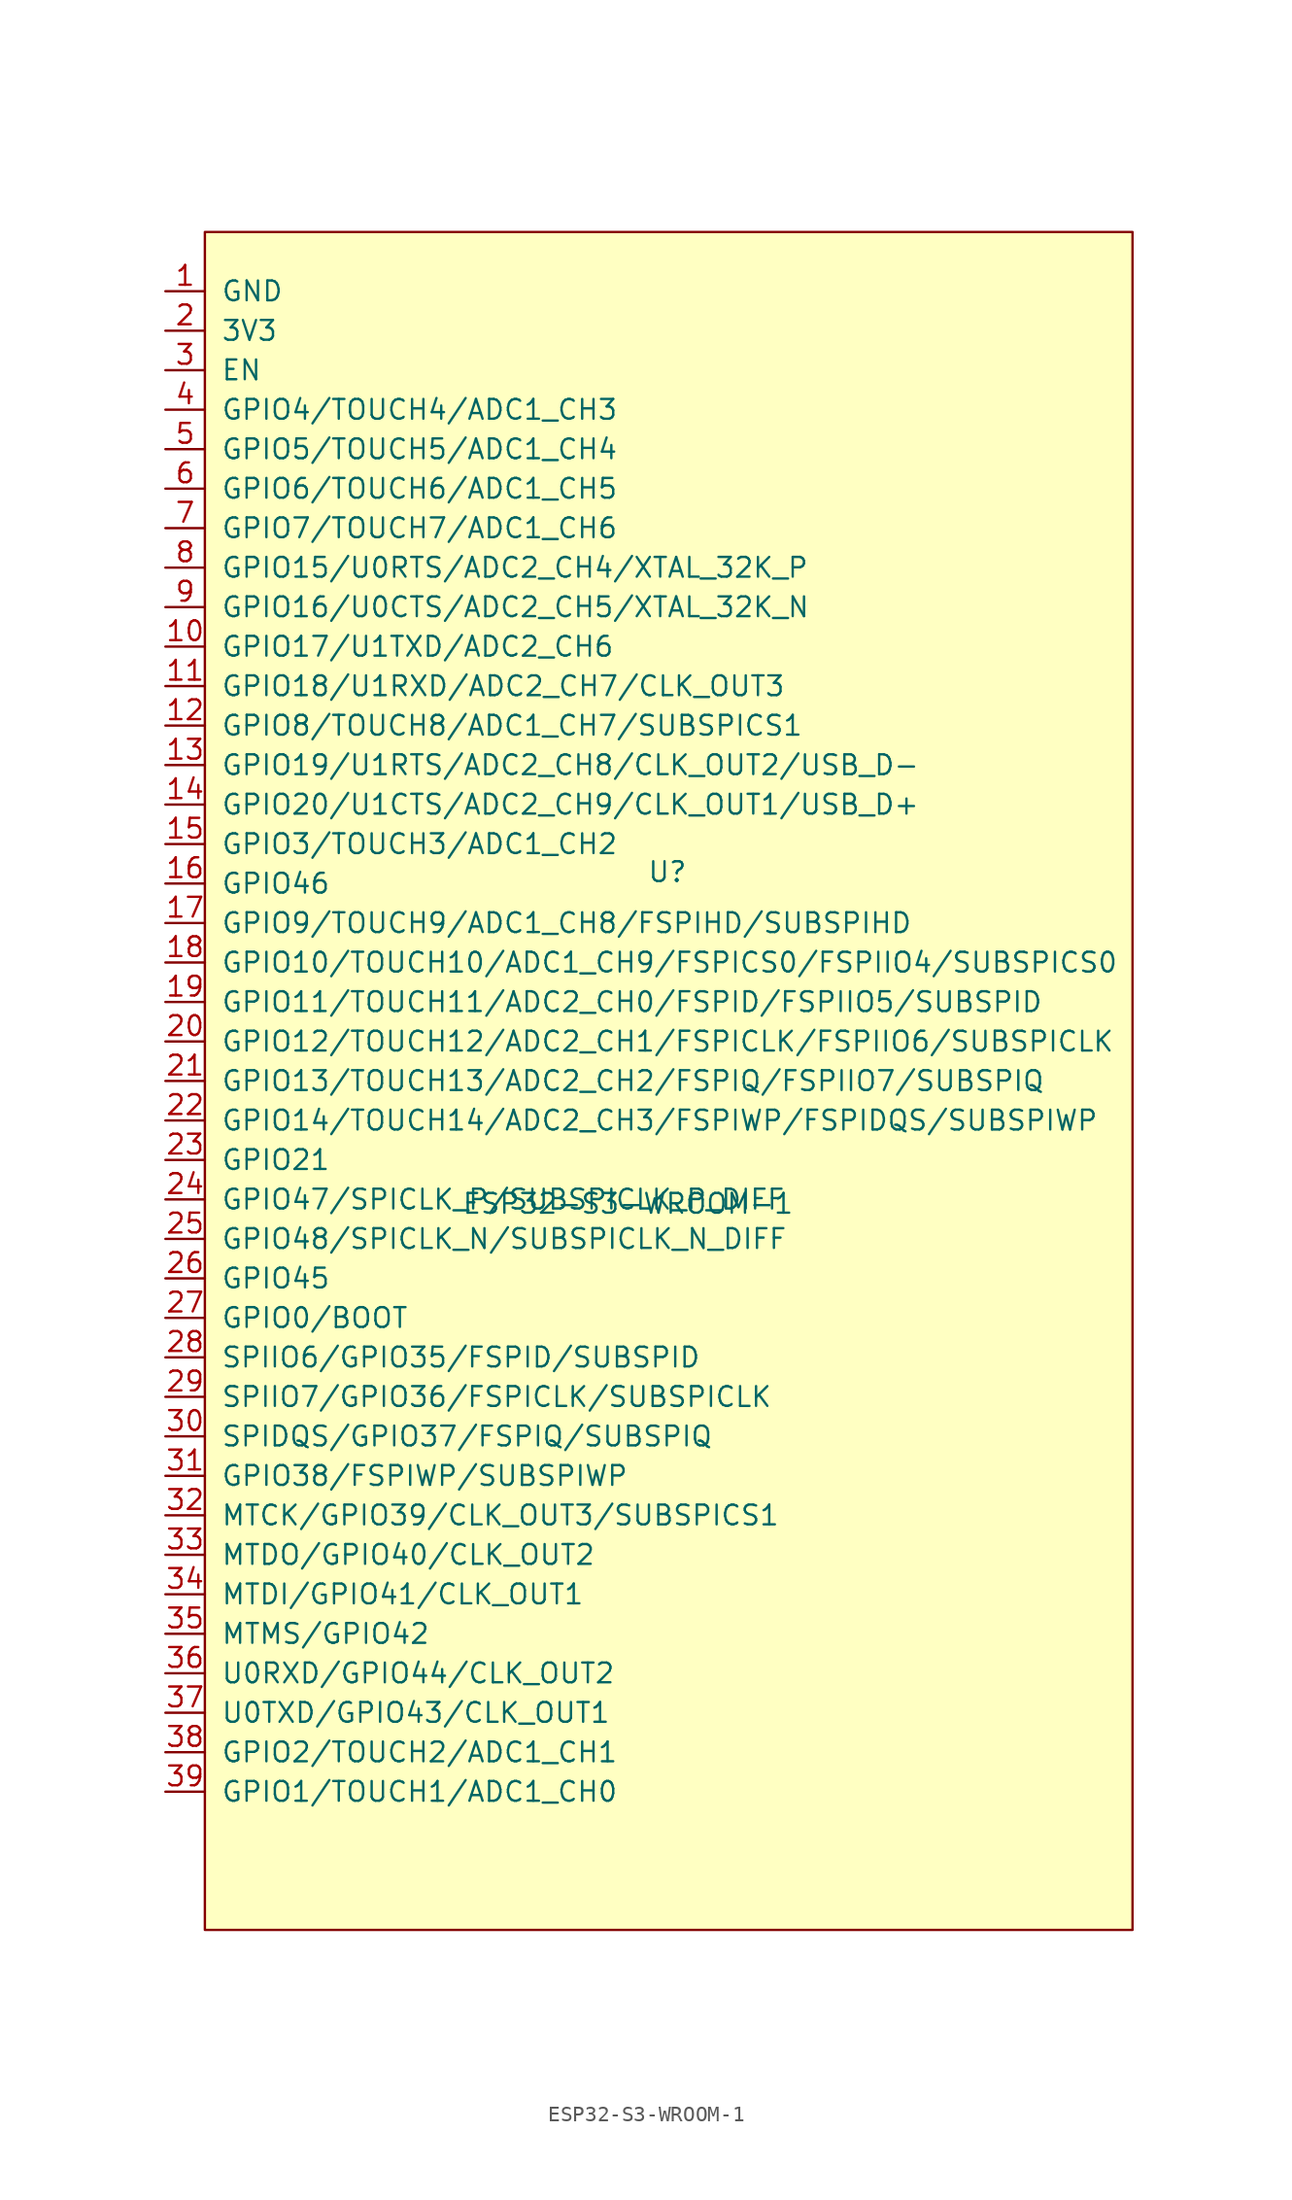
<source format=kicad_sym>
(kicad_symbol_lib
  (version 20231120)
  (generator "kicad_symbol_editor")
  (generator_version "8.0")
  (symbol "ESP32-S3-WROOM-1"
    (pin_names
      (offset 1.016))
    (property "Reference" "U"
      (at -0.762 11.43 0)
      (effects (font (size 1.27 1.27)) (justify left bottom)))
    (property "Value" "ESP32-S3-WROOM-1"
      (at -12.7 -9.906 0)
      (effects (font (size 1.27 1.27)) (justify left bottom)))
    (symbol "ESP32-S3-WROOM-1_0_0"
      (pin power_in line (at -31.75 49.53 0) (length 2.54) (name "GND" (effects (font (size 1.27 1.27)))) (number "1" (effects (font (size 1.27 1.27)))))
      (pin bidirectional line (at -31.75 26.67 0) (length 2.54) (name "GPIO17/U1TXD/ADC2_CH6" (effects (font (size 1.27 1.27)))) (number "10" (effects (font (size 1.27 1.27)))))
      (pin bidirectional line (at -31.75 24.13 0) (length 2.54) (name "GPIO18/U1RXD/ADC2_CH7/CLK_OUT3" (effects (font (size 1.27 1.27)))) (number "11" (effects (font (size 1.27 1.27)))))
      (pin bidirectional line (at -31.75 21.59 0) (length 2.54) (name "GPIO8/TOUCH8/ADC1_CH7/SUBSPICS1" (effects (font (size 1.27 1.27)))) (number "12" (effects (font (size 1.27 1.27)))))
      (pin bidirectional line (at -31.75 19.05 0) (length 2.54) (name "GPIO19/U1RTS/ADC2_CH8/CLK_OUT2/USB_D-" (effects (font (size 1.27 1.27)))) (number "13" (effects (font (size 1.27 1.27)))))
      (pin bidirectional line (at -31.75 16.51 0) (length 2.54) (name "GPIO20/U1CTS/ADC2_CH9/CLK_OUT1/USB_D+" (effects (font (size 1.27 1.27)))) (number "14" (effects (font (size 1.27 1.27)))))
      (pin bidirectional line (at -31.75 13.97 0) (length 2.54) (name "GPIO3/TOUCH3/ADC1_CH2" (effects (font (size 1.27 1.27)))) (number "15" (effects (font (size 1.27 1.27)))))
      (pin bidirectional line (at -31.75 11.43 0) (length 2.54) (name "GPIO46" (effects (font (size 1.27 1.27)))) (number "16" (effects (font (size 1.27 1.27)))))
      (pin bidirectional line (at -31.75 8.89 0) (length 2.54) (name "GPIO9/TOUCH9/ADC1_CH8/FSPIHD/SUBSPIHD" (effects (font (size 1.27 1.27)))) (number "17" (effects (font (size 1.27 1.27)))))
      (pin bidirectional line (at -31.75 6.35 0) (length 2.54) (name "GPIO10/TOUCH10/ADC1_CH9/FSPICS0/FSPIIO4/SUBSPICS0" (effects (font (size 1.27 1.27)))) (number "18" (effects (font (size 1.27 1.27)))))
      (pin bidirectional line (at -31.75 3.81 0) (length 2.54) (name "GPIO11/TOUCH11/ADC2_CH0/FSPID/FSPIIO5/SUBSPID" (effects (font (size 1.27 1.27)))) (number "19" (effects (font (size 1.27 1.27)))))
      (pin power_in line (at -31.75 46.99 0) (length 2.54) (name "3V3" (effects (font (size 1.27 1.27)))) (number "2" (effects (font (size 1.27 1.27)))))
      (pin bidirectional line (at -31.75 1.27 0) (length 2.54) (name "GPIO12/TOUCH12/ADC2_CH1/FSPICLK/FSPIIO6/SUBSPICLK" (effects (font (size 1.27 1.27)))) (number "20" (effects (font (size 1.27 1.27)))))
      (pin bidirectional line (at -31.75 -1.27 0) (length 2.54) (name "GPIO13/TOUCH13/ADC2_CH2/FSPIQ/FSPIIO7/SUBSPIQ" (effects (font (size 1.27 1.27)))) (number "21" (effects (font (size 1.27 1.27)))))
      (pin bidirectional line (at -31.75 -3.81 0) (length 2.54) (name "GPIO14/TOUCH14/ADC2_CH3/FSPIWP/FSPIDQS/SUBSPIWP" (effects (font (size 1.27 1.27)))) (number "22" (effects (font (size 1.27 1.27)))))
      (pin bidirectional line (at -31.75 -6.35 0) (length 2.54) (name "GPIO21" (effects (font (size 1.27 1.27)))) (number "23" (effects (font (size 1.27 1.27)))))
      (pin bidirectional line (at -31.75 -8.89 0) (length 2.54) (name "GPIO47/SPICLK_P/SUBSPICLK_P_DIFF" (effects (font (size 1.27 1.27)))) (number "24" (effects (font (size 1.27 1.27)))))
      (pin bidirectional line (at -31.75 -11.43 0) (length 2.54) (name "GPIO48/SPICLK_N/SUBSPICLK_N_DIFF" (effects (font (size 1.27 1.27)))) (number "25" (effects (font (size 1.27 1.27)))))
      (pin bidirectional line (at -31.75 -13.97 0) (length 2.54) (name "GPIO45" (effects (font (size 1.27 1.27)))) (number "26" (effects (font (size 1.27 1.27)))))
      (pin bidirectional line (at -31.75 -16.51 0) (length 2.54) (name "GPIO0/BOOT" (effects (font (size 1.27 1.27)))) (number "27" (effects (font (size 1.27 1.27)))))
      (pin bidirectional line (at -31.75 -19.05 0) (length 2.54) (name "SPIIO6/GPIO35/FSPID/SUBSPID" (effects (font (size 1.27 1.27)))) (number "28" (effects (font (size 1.27 1.27)))))
      (pin bidirectional line (at -31.75 -21.59 0) (length 2.54) (name "SPIIO7/GPIO36/FSPICLK/SUBSPICLK" (effects (font (size 1.27 1.27)))) (number "29" (effects (font (size 1.27 1.27)))))
      (pin input line (at -31.75 44.45 0) (length 2.54) (name "EN" (effects (font (size 1.27 1.27)))) (number "3" (effects (font (size 1.27 1.27)))))
      (pin bidirectional line (at -31.75 -24.13 0) (length 2.54) (name "SPIDQS/GPIO37/FSPIQ/SUBSPIQ" (effects (font (size 1.27 1.27)))) (number "30" (effects (font (size 1.27 1.27)))))
      (pin bidirectional line (at -31.75 -26.67 0) (length 2.54) (name "GPIO38/FSPIWP/SUBSPIWP" (effects (font (size 1.27 1.27)))) (number "31" (effects (font (size 1.27 1.27)))))
      (pin bidirectional line (at -31.75 -29.21 0) (length 2.54) (name "MTCK/GPIO39/CLK_OUT3/SUBSPICS1" (effects (font (size 1.27 1.27)))) (number "32" (effects (font (size 1.27 1.27)))))
      (pin bidirectional line (at -31.75 -31.75 0) (length 2.54) (name "MTDO/GPIO40/CLK_OUT2" (effects (font (size 1.27 1.27)))) (number "33" (effects (font (size 1.27 1.27)))))
      (pin bidirectional line (at -31.75 -34.29 0) (length 2.54) (name "MTDI/GPIO41/CLK_OUT1" (effects (font (size 1.27 1.27)))) (number "34" (effects (font (size 1.27 1.27)))))
      (pin bidirectional line (at -31.75 -36.83 0) (length 2.54) (name "MTMS/GPIO42" (effects (font (size 1.27 1.27)))) (number "35" (effects (font (size 1.27 1.27)))))
      (pin bidirectional line (at -31.75 -39.37 0) (length 2.54) (name "U0RXD/GPIO44/CLK_OUT2" (effects (font (size 1.27 1.27)))) (number "36" (effects (font (size 1.27 1.27)))))
      (pin bidirectional line (at -31.75 -41.91 0) (length 2.54) (name "U0TXD/GPIO43/CLK_OUT1" (effects (font (size 1.27 1.27)))) (number "37" (effects (font (size 1.27 1.27)))))
      (pin bidirectional line (at -31.75 -44.45 0) (length 2.54) (name "GPIO2/TOUCH2/ADC1_CH1" (effects (font (size 1.27 1.27)))) (number "38" (effects (font (size 1.27 1.27)))))
      (pin bidirectional line (at -31.75 -46.99 0) (length 2.54) (name "GPIO1/TOUCH1/ADC1_CH0" (effects (font (size 1.27 1.27)))) (number "39" (effects (font (size 1.27 1.27)))))
      (pin bidirectional line (at -31.75 41.91 0) (length 2.54) (name "GPIO4/TOUCH4/ADC1_CH3" (effects (font (size 1.27 1.27)))) (number "4" (effects (font (size 1.27 1.27)))))
      (pin passive line (at -31.75 49.53 0) (length 2.54) hide (name "GND" (effects (font (size 1.27 1.27)))) (number "40" (effects (font (size 1.27 1.27)))))
      (pin passive line (at -31.75 49.53 0) (length 2.54) hide (name "GND" (effects (font (size 1.27 1.27)))) (number "41" (effects (font (size 1.27 1.27)))))
      (pin bidirectional line (at -31.75 39.37 0) (length 2.54) (name "GPIO5/TOUCH5/ADC1_CH4" (effects (font (size 1.27 1.27)))) (number "5" (effects (font (size 1.27 1.27)))))
      (pin bidirectional line (at -31.75 36.83 0) (length 2.54) (name "GPIO6/TOUCH6/ADC1_CH5" (effects (font (size 1.27 1.27)))) (number "6" (effects (font (size 1.27 1.27)))))
      (pin bidirectional line (at -31.75 34.29 0) (length 2.54) (name "GPIO7/TOUCH7/ADC1_CH6" (effects (font (size 1.27 1.27)))) (number "7" (effects (font (size 1.27 1.27)))))
      (pin bidirectional line (at -31.75 31.75 0) (length 2.54) (name "GPIO15/U0RTS/ADC2_CH4/XTAL_32K_P" (effects (font (size 1.27 1.27)))) (number "8" (effects (font (size 1.27 1.27)))))
      (pin bidirectional line (at -31.75 29.21 0) (length 2.54) (name "GPIO16/U0CTS/ADC2_CH5/XTAL_32K_N" (effects (font (size 1.27 1.27)))) (number "9" (effects (font (size 1.27 1.27))))))
    (symbol "ESP32-S3-WROOM-1_0_1"
      (rectangle (start -29.21 53.34) (end 30.48 -55.88) (stroke (width 0) (type default)) (fill (type background))))))
</source>
